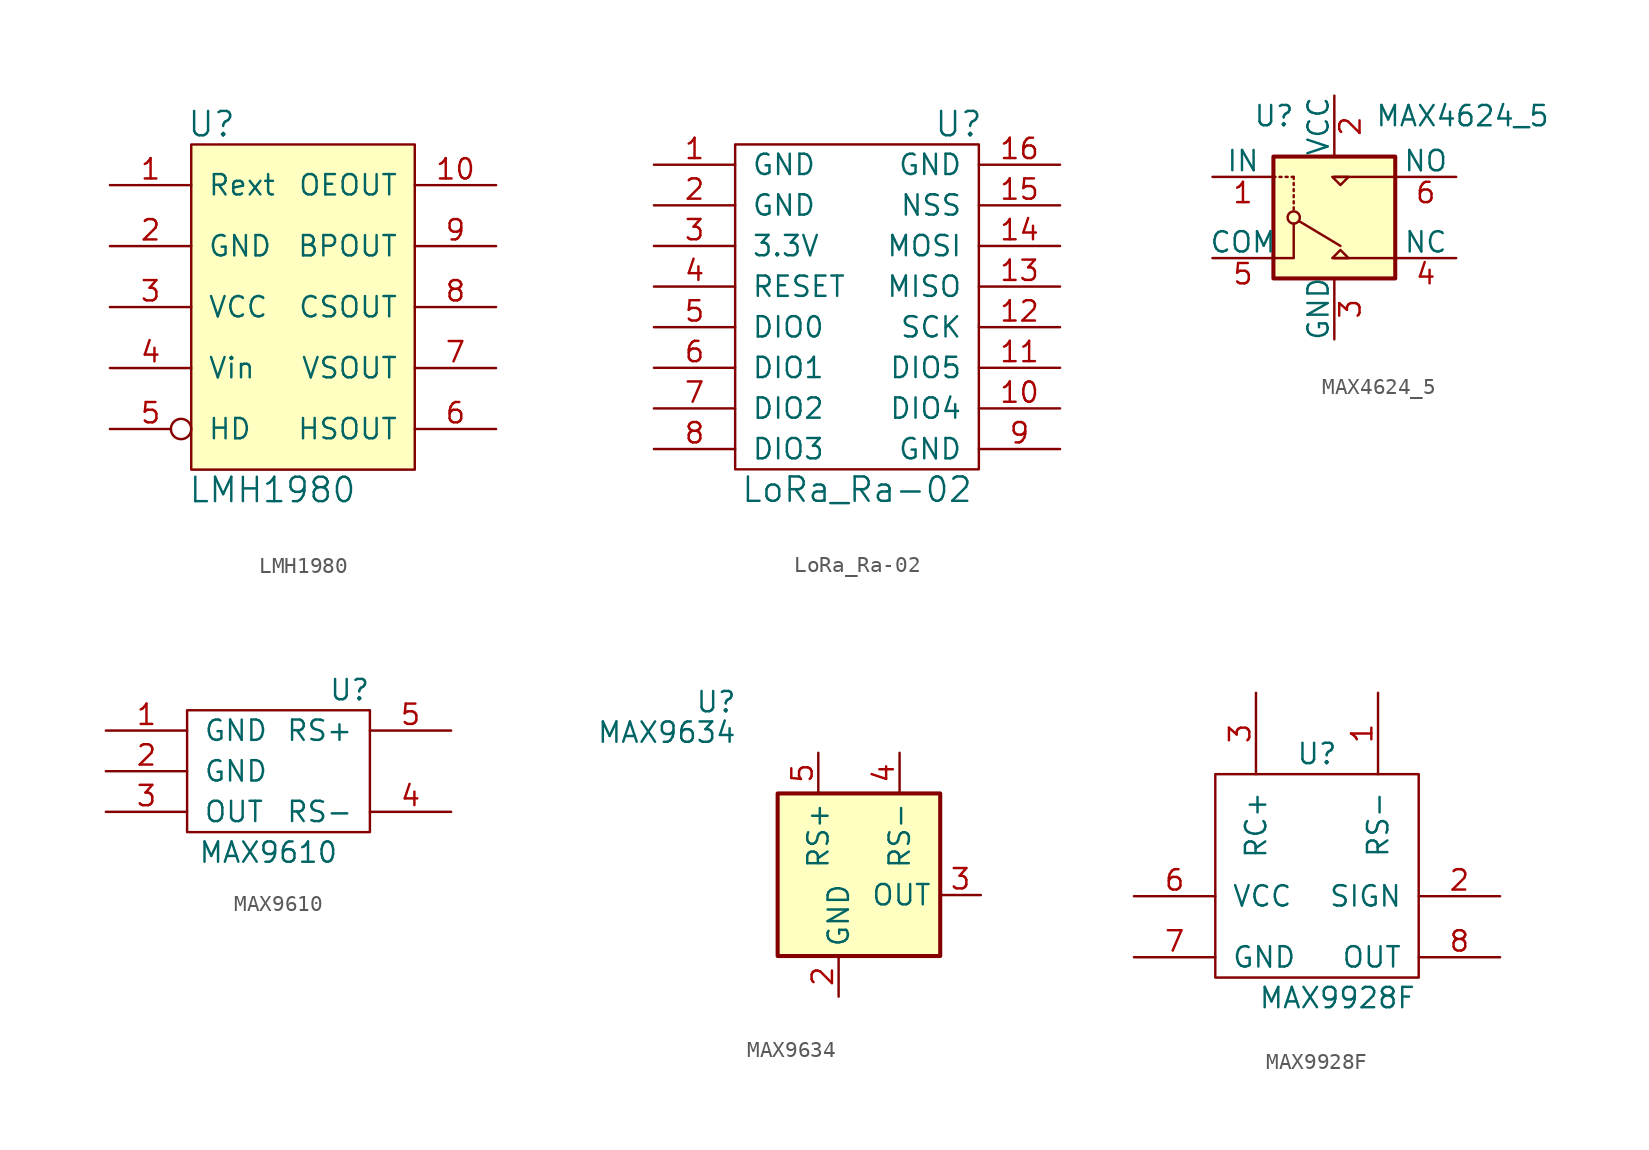
<source format=kicad_sym>
(kicad_symbol_lib
  (version 20211014)
  (generator kicad_symbol_editor)
  (symbol "LMH1980"
    (pin_names
      (offset 1.016))
    (property "Reference" "U"
      (at -5.08 12.7 0)
      (effects (font (size 1.524 1.524))))
    (property "Value" "LMH1980"
      (at -1.27 -10.16 0)
      (effects (font (size 1.524 1.524))))
    (symbol "LMH1980_0_1"
      (rectangle (start -6.35 11.43) (end 7.62 -8.89) (stroke (width 0) (type default) (color 0 0 0 0)) (fill (type background))))
    (symbol "LMH1980_1_1"
      (pin input line (at -11.43 8.89 0) (length 5.08) (name "Rext" (effects (font (size 1.27 1.27)))) (number "1" (effects (font (size 1.27 1.27)))))
      (pin output line (at 12.7 8.89 180) (length 5.08) (name "OEOUT" (effects (font (size 1.27 1.27)))) (number "10" (effects (font (size 1.27 1.27)))))
      (pin power_out line (at -11.43 5.08 0) (length 5.08) (name "GND" (effects (font (size 1.27 1.27)))) (number "2" (effects (font (size 1.27 1.27)))))
      (pin power_in line (at -11.43 1.27 0) (length 5.08) (name "VCC" (effects (font (size 1.27 1.27)))) (number "3" (effects (font (size 1.27 1.27)))))
      (pin input line (at -11.43 -2.54 0) (length 5.08) (name "Vin" (effects (font (size 1.27 1.27)))) (number "4" (effects (font (size 1.27 1.27)))))
      (pin output inverted (at -11.43 -6.35 0) (length 5.08) (name "HD" (effects (font (size 1.27 1.27)))) (number "5" (effects (font (size 1.27 1.27)))))
      (pin output line (at 12.7 -6.35 180) (length 5.08) (name "HSOUT" (effects (font (size 1.27 1.27)))) (number "6" (effects (font (size 1.27 1.27)))))
      (pin output line (at 12.7 -2.54 180) (length 5.08) (name "VSOUT" (effects (font (size 1.27 1.27)))) (number "7" (effects (font (size 1.27 1.27)))))
      (pin output line (at 12.7 1.27 180) (length 5.08) (name "CSOUT" (effects (font (size 1.27 1.27)))) (number "8" (effects (font (size 1.27 1.27)))))
      (pin output line (at 12.7 5.08 180) (length 5.08) (name "BPOUT" (effects (font (size 1.27 1.27)))) (number "9" (effects (font (size 1.27 1.27)))))))
  (symbol "LoRa_Ra-02"
    (pin_names
      (offset 1.016))
    (property "Reference" "U"
      (at 6.35 11.43 0)
      (effects (font (size 1.524 1.524))))
    (property "Value" "LoRa_Ra-02"
      (at 0 -11.43 0)
      (effects (font (size 1.524 1.524))))
    (symbol "LoRa_Ra-02_0_1"
      (rectangle (start -7.62 10.16) (end 7.62 -10.16) (stroke (width 0) (type default) (color 0 0 0 0)) (fill (type none))))
    (symbol "LoRa_Ra-02_1_1"
      (pin bidirectional line (at -12.7 8.89 0) (length 5.08) (name "GND" (effects (font (size 1.27 1.27)))) (number "1" (effects (font (size 1.27 1.27)))))
      (pin bidirectional line (at 12.7 -6.35 180) (length 5.08) (name "DIO4" (effects (font (size 1.27 1.27)))) (number "10" (effects (font (size 1.27 1.27)))))
      (pin bidirectional line (at 12.7 -3.81 180) (length 5.08) (name "DIO5" (effects (font (size 1.27 1.27)))) (number "11" (effects (font (size 1.27 1.27)))))
      (pin bidirectional line (at 12.7 -1.27 180) (length 5.08) (name "SCK" (effects (font (size 1.27 1.27)))) (number "12" (effects (font (size 1.27 1.27)))))
      (pin bidirectional line (at 12.7 1.27 180) (length 5.08) (name "MISO" (effects (font (size 1.27 1.27)))) (number "13" (effects (font (size 1.27 1.27)))))
      (pin bidirectional line (at 12.7 3.81 180) (length 5.08) (name "MOSI" (effects (font (size 1.27 1.27)))) (number "14" (effects (font (size 1.27 1.27)))))
      (pin bidirectional line (at 12.7 6.35 180) (length 5.08) (name "NSS" (effects (font (size 1.27 1.27)))) (number "15" (effects (font (size 1.27 1.27)))))
      (pin bidirectional line (at 12.7 8.89 180) (length 5.08) (name "GND" (effects (font (size 1.27 1.27)))) (number "16" (effects (font (size 1.27 1.27)))))
      (pin bidirectional line (at -12.7 6.35 0) (length 5.08) (name "GND" (effects (font (size 1.27 1.27)))) (number "2" (effects (font (size 1.27 1.27)))))
      (pin bidirectional line (at -12.7 3.81 0) (length 5.08) (name "3.3V" (effects (font (size 1.27 1.27)))) (number "3" (effects (font (size 1.27 1.27)))))
      (pin bidirectional line (at -12.7 1.27 0) (length 5.08) (name "RESET" (effects (font (size 1.27 1.27)))) (number "4" (effects (font (size 1.27 1.27)))))
      (pin bidirectional line (at -12.7 -1.27 0) (length 5.08) (name "DIO0" (effects (font (size 1.27 1.27)))) (number "5" (effects (font (size 1.27 1.27)))))
      (pin bidirectional line (at -12.7 -3.81 0) (length 5.08) (name "DIO1" (effects (font (size 1.27 1.27)))) (number "6" (effects (font (size 1.27 1.27)))))
      (pin bidirectional line (at -12.7 -6.35 0) (length 5.08) (name "DIO2" (effects (font (size 1.27 1.27)))) (number "7" (effects (font (size 1.27 1.27)))))
      (pin bidirectional line (at -12.7 -8.89 0) (length 5.08) (name "DIO3" (effects (font (size 1.27 1.27)))) (number "8" (effects (font (size 1.27 1.27)))))
      (pin bidirectional line (at 12.7 -8.89 180) (length 5.08) (name "GND" (effects (font (size 1.27 1.27)))) (number "9" (effects (font (size 1.27 1.27)))))))
  (symbol "MAX4624_5"
    (pin_names
      (offset 0))
    (property "Reference" "U"
      (at -5.08 6.35 0)
      (effects (font (size 1.27 1.27)) (justify left)))
    (property "Value" "MAX4624_5"
      (at 2.54 6.35 0)
      (effects (font (size 1.27 1.27)) (justify left)))
    (symbol "MAX4624_5_0_1"
      (rectangle (start -3.81 3.81) (end 3.81 -3.81) (stroke (width 0.254) (type default) (color 0 0 0 0)) (fill (type background)))
      (circle (center -2.54 0) (radius 0.381) (stroke (width 0) (type default) (color 0 0 0 0)) (fill (type none)))
      (polyline (pts (xy -3.683 2.54) (xy -3.81 2.54)) (stroke (width 0) (type default) (color 0 0 0 0)) (fill (type none)))
      (polyline (pts (xy -3.302 2.54) (xy -3.429 2.54)) (stroke (width 0) (type default) (color 0 0 0 0)) (fill (type none)))
      (polyline (pts (xy -2.921 2.54) (xy -3.048 2.54)) (stroke (width 0) (type default) (color 0 0 0 0)) (fill (type none)))
      (polyline (pts (xy -2.54 0.635) (xy -2.54 0.508)) (stroke (width 0) (type default) (color 0 0 0 0)) (fill (type none)))
      (polyline (pts (xy -2.54 1.016) (xy -2.54 0.889)) (stroke (width 0) (type default) (color 0 0 0 0)) (fill (type none)))
      (polyline (pts (xy -2.54 1.397) (xy -2.54 1.27)) (stroke (width 0) (type default) (color 0 0 0 0)) (fill (type none)))
      (polyline (pts (xy -2.54 1.778) (xy -2.54 1.651)) (stroke (width 0) (type default) (color 0 0 0 0)) (fill (type none)))
      (polyline (pts (xy -2.54 2.159) (xy -2.54 2.032)) (stroke (width 0) (type default) (color 0 0 0 0)) (fill (type none)))
      (polyline (pts (xy -2.54 2.54) (xy -2.667 2.54)) (stroke (width 0) (type default) (color 0 0 0 0)) (fill (type none)))
      (polyline (pts (xy -2.54 2.54) (xy -2.54 2.413)) (stroke (width 0) (type default) (color 0 0 0 0)) (fill (type none)))
      (polyline (pts (xy -2.159 -0.254) (xy 0.381 -1.778)) (stroke (width 0) (type default) (color 0 0 0 0)) (fill (type none)))
      (polyline (pts (xy 0 2.54) (xy 3.81 2.54)) (stroke (width 0) (type default) (color 0 0 0 0)) (fill (type none)))
      (polyline (pts (xy 3.81 -2.54) (xy 0 -2.54)) (stroke (width 0) (type default) (color 0 0 0 0)) (fill (type none)))
      (polyline (pts (xy -3.81 -2.54) (xy -2.54 -2.54) (xy -2.54 -0.381)) (stroke (width 0) (type default) (color 0 0 0 0)) (fill (type none)))
      (polyline (pts (xy -0.127 -2.54) (xy 0.381 -2.032) (xy 0.889 -2.54) (xy -0.127 -2.54) (xy -0.127 -2.54)) (stroke (width 0) (type default) (color 0 0 0 0)) (fill (type none)))
      (polyline (pts (xy 0.889 2.54) (xy -0.127 2.54) (xy 0.381 2.032) (xy 0.889 2.54) (xy 0.889 2.54) (xy 0.889 2.54)) (stroke (width 0) (type default) (color 0 0 0 0)) (fill (type none)))
      (pin power_in line (at 0 -7.62 90) (length 3.81) (name "GND" (effects (font (size 1.27 1.27)))) (number "3" (effects (font (size 1.27 1.27))))))
    (symbol "MAX4624_5_1_1"
      (pin input line (at -7.62 2.54 0) (length 3.81) (name "IN" (effects (font (size 1.27 1.27)))) (number "1" (effects (font (size 1.27 1.27)))))
      (pin power_in line (at 0 7.62 270) (length 3.81) (name "VCC" (effects (font (size 1.27 1.27)))) (number "2" (effects (font (size 1.27 1.27)))))
      (pin bidirectional line (at 7.62 -2.54 180) (length 3.81) (name "NC" (effects (font (size 1.27 1.27)))) (number "4" (effects (font (size 1.27 1.27)))))
      (pin bidirectional line (at -7.62 -2.54 0) (length 3.81) (name "COM" (effects (font (size 1.27 1.27)))) (number "5" (effects (font (size 1.27 1.27)))))
      (pin bidirectional line (at 7.62 2.54 180) (length 3.81) (name "NO" (effects (font (size 1.27 1.27)))) (number "6" (effects (font (size 1.27 1.27)))))))
  (symbol "MAX9610"
    (pin_names
      (offset 1.016))
    (property "Reference" "U"
      (at 3.81 5.08 0)
      (effects (font (size 1.27 1.27))))
    (property "Value" "MAX9610"
      (at -1.27 -5.08 0)
      (effects (font (size 1.27 1.27))))
    (symbol "MAX9610_0_1"
      (rectangle (start -6.35 3.81) (end 5.08 -3.81) (stroke (width 0) (type default) (color 0 0 0 0)) (fill (type none))))
    (symbol "MAX9610_1_1"
      (pin unspecified line (at -11.43 2.54 0) (length 5.08) (name "GND" (effects (font (size 1.27 1.27)))) (number "1" (effects (font (size 1.27 1.27)))))
      (pin unspecified line (at -11.43 0 0) (length 5.08) (name "GND" (effects (font (size 1.27 1.27)))) (number "2" (effects (font (size 1.27 1.27)))))
      (pin unspecified line (at -11.43 -2.54 0) (length 5.08) (name "OUT" (effects (font (size 1.27 1.27)))) (number "3" (effects (font (size 1.27 1.27)))))
      (pin unspecified line (at 10.16 -2.54 180) (length 5.08) (name "RS-" (effects (font (size 1.27 1.27)))) (number "4" (effects (font (size 1.27 1.27)))))
      (pin unspecified line (at 10.16 2.54 180) (length 5.08) (name "RS+" (effects (font (size 1.27 1.27)))) (number "5" (effects (font (size 1.27 1.27)))))))
  (symbol "MAX9634"
    (property "Reference" "U"
      (at -7.62 10.795 0)
      (effects (font (size 1.27 1.27)) (justify right)))
    (property "Value" "MAX9634"
      (at -7.62 8.89 0)
      (effects (font (size 1.27 1.27)) (justify right)))
    (symbol "MAX9634_0_1"
      (rectangle (start -5.08 5.08) (end 5.08 -5.08) (stroke (width 0.254) (type default) (color 0 0 0 0)) (fill (type background))))
    (symbol "MAX9634_1_1"
      (pin power_in line (at -3.81 -7.62 90) (length 2.54) hide (name "GND" (effects (font (size 1.27 1.27)))) (number "1" (effects (font (size 1.27 1.27)))))
      (pin power_in line (at -1.27 -7.62 90) (length 2.54) (name "GND" (effects (font (size 1.27 1.27)))) (number "2" (effects (font (size 1.27 1.27)))))
      (pin output line (at 7.62 -1.27 180) (length 2.54) (name "OUT" (effects (font (size 1.27 1.27)))) (number "3" (effects (font (size 1.27 1.27)))))
      (pin input line (at 2.54 7.62 270) (length 2.54) (name "RS-" (effects (font (size 1.27 1.27)))) (number "4" (effects (font (size 1.27 1.27)))))
      (pin input line (at -2.54 7.62 270) (length 2.54) (name "RS+" (effects (font (size 1.27 1.27)))) (number "5" (effects (font (size 1.27 1.27)))))))
  (symbol "MAX9928F"
    (pin_names
      (offset 1.016))
    (property "Reference" "U"
      (at 0 7.62 0)
      (effects (font (size 1.27 1.27))))
    (property "Value" "MAX9928F"
      (at 1.27 -7.62 0)
      (effects (font (size 1.27 1.27))))
    (symbol "MAX9928F_0_1"
      (rectangle (start -6.35 6.35) (end 6.35 -6.35) (stroke (width 0) (type default) (color 0 0 0 0)) (fill (type none))))
    (symbol "MAX9928F_1_1"
      (pin bidirectional line (at 3.81 11.43 270) (length 5.08) (name "RS-" (effects (font (size 1.27 1.27)))) (number "1" (effects (font (size 1.27 1.27)))))
      (pin output line (at 11.43 -1.27 180) (length 5.08) (name "SIGN" (effects (font (size 1.27 1.27)))) (number "2" (effects (font (size 1.27 1.27)))))
      (pin bidirectional line (at -3.81 11.43 270) (length 5.08) (name "RC+" (effects (font (size 1.27 1.27)))) (number "3" (effects (font (size 1.27 1.27)))))
      (pin power_in line (at -11.43 -1.27 0) (length 5.08) (name "VCC" (effects (font (size 1.27 1.27)))) (number "6" (effects (font (size 1.27 1.27)))))
      (pin power_out line (at -11.43 -5.08 0) (length 5.08) (name "GND" (effects (font (size 1.27 1.27)))) (number "7" (effects (font (size 1.27 1.27)))))
      (pin output line (at 11.43 -5.08 180) (length 5.08) (name "OUT" (effects (font (size 1.27 1.27)))) (number "8" (effects (font (size 1.27 1.27))))))))
</source>
